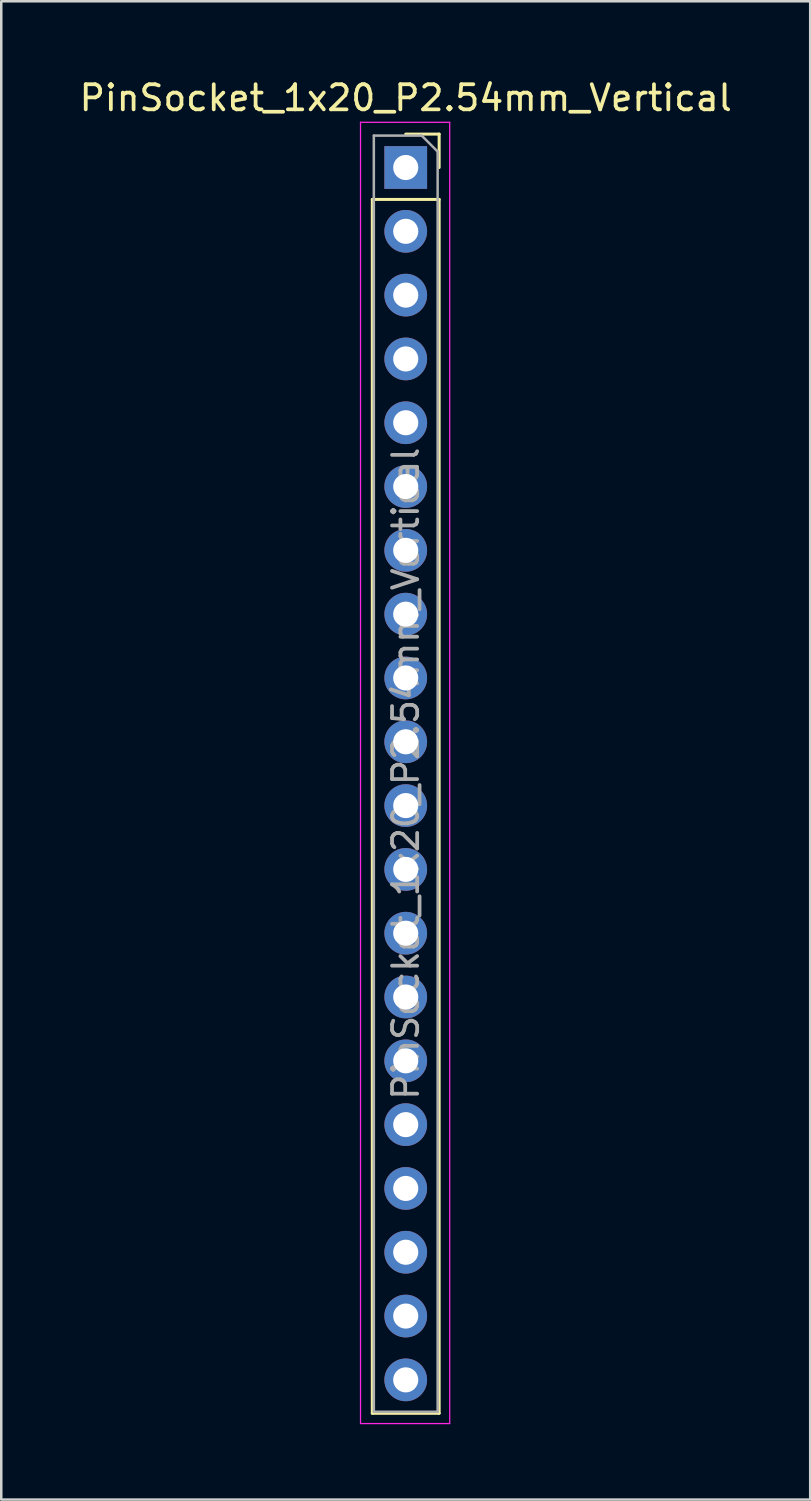
<source format=kicad_pcb>
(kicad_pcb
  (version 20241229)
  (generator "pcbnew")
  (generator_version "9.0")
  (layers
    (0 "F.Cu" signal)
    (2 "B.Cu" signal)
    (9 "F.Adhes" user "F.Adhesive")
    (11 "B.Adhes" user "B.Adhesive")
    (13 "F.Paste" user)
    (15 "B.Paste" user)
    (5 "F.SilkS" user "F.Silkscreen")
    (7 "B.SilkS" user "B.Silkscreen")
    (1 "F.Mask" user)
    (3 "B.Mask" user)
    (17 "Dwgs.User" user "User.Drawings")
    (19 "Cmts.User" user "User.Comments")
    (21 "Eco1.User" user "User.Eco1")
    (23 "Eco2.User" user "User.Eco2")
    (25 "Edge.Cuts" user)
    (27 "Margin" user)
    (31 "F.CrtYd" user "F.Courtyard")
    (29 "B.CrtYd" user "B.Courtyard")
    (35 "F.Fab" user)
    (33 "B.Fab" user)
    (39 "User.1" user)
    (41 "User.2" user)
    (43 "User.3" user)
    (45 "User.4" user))
  (footprint "PinSocket_1x20_P2.54mm_Vertical"
    (layer "F.Cu")
    (at 13.101 3.618)
    (property "Reference" "PinSocket_1x20_P2.54mm_Vertical" (at 0 -2.77 0) (layer "F.SilkS") (effects (font (size 1 1) (thickness 0.15))))
    (attr through_hole)
    (fp_line (start -1.33 1.27) (end -1.33 49.59) (stroke (width 0.12) (type solid)) (layer "F.SilkS"))
    (fp_line (start -1.33 1.27) (end 1.33 1.27) (stroke (width 0.12) (type solid)) (layer "F.SilkS"))
    (fp_line (start -1.33 49.59) (end 1.33 49.59) (stroke (width 0.12) (type solid)) (layer "F.SilkS"))
    (fp_line (start 0 -1.33) (end 1.33 -1.33) (stroke (width 0.12) (type solid)) (layer "F.SilkS"))
    (fp_line (start 1.33 -1.33) (end 1.33 0) (stroke (width 0.12) (type solid)) (layer "F.SilkS"))
    (fp_line (start 1.33 1.27) (end 1.33 49.59) (stroke (width 0.12) (type solid)) (layer "F.SilkS"))
    (fp_line (start -1.8 -1.8) (end 1.75 -1.8) (stroke (width 0.05) (type solid)) (layer "F.CrtYd"))
    (fp_line (start -1.8 50) (end -1.8 -1.8) (stroke (width 0.05) (type solid)) (layer "F.CrtYd"))
    (fp_line (start 1.75 -1.8) (end 1.75 50) (stroke (width 0.05) (type solid)) (layer "F.CrtYd"))
    (fp_line (start 1.75 50) (end -1.8 50) (stroke (width 0.05) (type solid)) (layer "F.CrtYd"))
    (fp_line (start -1.27 -1.27) (end 0.635 -1.27) (stroke (width 0.1) (type solid)) (layer "F.Fab"))
    (fp_line (start -1.27 49.53) (end -1.27 -1.27) (stroke (width 0.1) (type solid)) (layer "F.Fab"))
    (fp_line (start 0.635 -1.27) (end 1.27 -0.635) (stroke (width 0.1) (type solid)) (layer "F.Fab"))
    (fp_line (start 1.27 -0.635) (end 1.27 49.53) (stroke (width 0.1) (type solid)) (layer "F.Fab"))
    (fp_line (start 1.27 49.53) (end -1.27 49.53) (stroke (width 0.1) (type solid)) (layer "F.Fab"))
    (fp_text user "${REFERENCE}" (at 0 24.13 90) (layer "F.Fab") (effects (font (size 1 1) (thickness 0.15))))
    (pad "21" thru_hole circle (at 0 48.26) (size 1.7 1.7) (drill 1) (layers "*.Cu" "*.Mask"))
    (pad "22" thru_hole circle (at 0 45.72) (size 1.7 1.7) (drill 1) (layers "*.Cu" "*.Mask"))
    (pad "23" thru_hole circle (at 0 43.18) (size 1.7 1.7) (drill 1) (layers "*.Cu" "*.Mask"))
    (pad "24" thru_hole circle (at 0 40.64) (size 1.7 1.7) (drill 1) (layers "*.Cu" "*.Mask"))
    (pad "25" thru_hole circle (at 0 38.1) (size 1.7 1.7) (drill 1) (layers "*.Cu" "*.Mask"))
    (pad "26" thru_hole circle (at 0 35.56) (size 1.7 1.7) (drill 1) (layers "*.Cu" "*.Mask"))
    (pad "27" thru_hole circle (at 0 33.02) (size 1.7 1.7) (drill 1) (layers "*.Cu" "*.Mask"))
    (pad "28" thru_hole circle (at 0 30.48) (size 1.7 1.7) (drill 1) (layers "*.Cu" "*.Mask"))
    (pad "29" thru_hole circle (at 0 27.94) (size 1.7 1.7) (drill 1) (layers "*.Cu" "*.Mask"))
    (pad "30" thru_hole circle (at 0 25.4) (size 1.7 1.7) (drill 1) (layers "*.Cu" "*.Mask"))
    (pad "31" thru_hole circle (at 0 22.86) (size 1.7 1.7) (drill 1) (layers "*.Cu" "*.Mask"))
    (pad "32" thru_hole circle (at 0 20.32) (size 1.7 1.7) (drill 1) (layers "*.Cu" "*.Mask"))
    (pad "33" thru_hole circle (at 0 17.78) (size 1.7 1.7) (drill 1) (layers "*.Cu" "*.Mask"))
    (pad "34" thru_hole circle (at 0 15.24) (size 1.7 1.7) (drill 1) (layers "*.Cu" "*.Mask"))
    (pad "35" thru_hole circle (at 0 12.7) (size 1.7 1.7) (drill 1) (layers "*.Cu" "*.Mask"))
    (pad "36" thru_hole circle (at 0 10.16) (size 1.7 1.7) (drill 1) (layers "*.Cu" "*.Mask"))
    (pad "37" thru_hole circle (at 0 7.62) (size 1.7 1.7) (drill 1) (layers "*.Cu" "*.Mask"))
    (pad "38" thru_hole circle (at 0 5.08) (size 1.7 1.7) (drill 1) (layers "*.Cu" "*.Mask"))
    (pad "39" thru_hole circle (at 0 2.54) (size 1.7 1.7) (drill 1) (layers "*.Cu" "*.Mask"))
    (pad "40" thru_hole rect (at 0 0) (size 1.7 1.7) (drill 1) (layers "*.Cu" "*.Mask")))
  (gr_rect
    (start -3 -3)
    (end 29.202 56.643)
    (stroke (width 0.1) (type default))
    (fill no)
    (layer "Edge.Cuts")))
</source>
